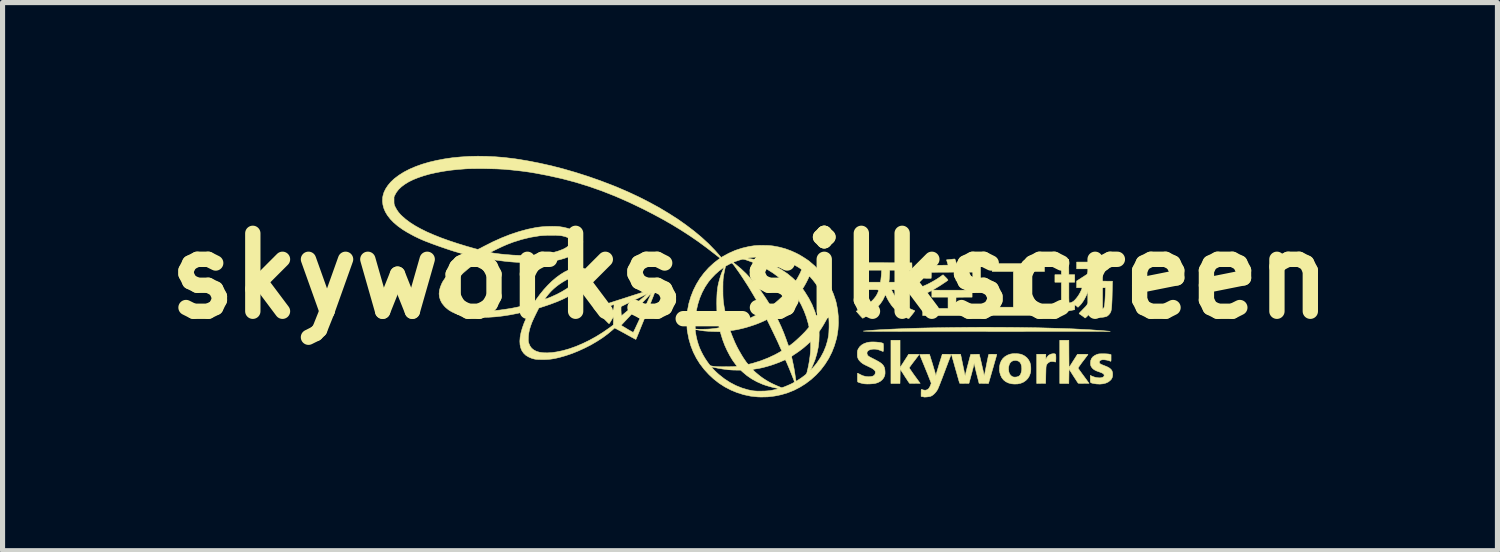
<source format=kicad_pcb>
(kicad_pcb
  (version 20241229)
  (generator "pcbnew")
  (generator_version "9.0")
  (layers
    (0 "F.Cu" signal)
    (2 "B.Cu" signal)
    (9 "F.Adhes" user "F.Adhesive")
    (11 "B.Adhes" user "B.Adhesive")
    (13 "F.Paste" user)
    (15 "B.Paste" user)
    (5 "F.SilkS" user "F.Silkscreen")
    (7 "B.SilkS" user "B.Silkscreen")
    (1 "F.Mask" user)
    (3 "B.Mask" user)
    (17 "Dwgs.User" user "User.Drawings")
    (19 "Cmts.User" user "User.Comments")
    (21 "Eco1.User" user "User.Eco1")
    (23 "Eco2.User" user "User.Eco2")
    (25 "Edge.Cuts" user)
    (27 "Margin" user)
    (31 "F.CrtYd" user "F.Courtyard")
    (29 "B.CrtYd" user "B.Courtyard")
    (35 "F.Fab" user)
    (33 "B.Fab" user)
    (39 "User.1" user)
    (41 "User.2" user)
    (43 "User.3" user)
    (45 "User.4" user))
  (footprint "skyworks_silkscreen"
    (layer "F.Cu")
    (at 11.619 2.348)
    (property "Reference" "skyworks_silkscreen" (at 0 0 0) (layer "F.SilkS") (effects (font (size 1.524 1.524) (thickness 0.3))))
    (attr through_hole)
    (fp_poly (pts (xy 5.759 -0.089) (xy 5.334 -0.089) (xy 5.334 0.61) (xy 5.817 0.61) (xy 5.817 0.768) (xy 4.674 0.768) (xy 4.674 0.61) (xy 5.15 0.61) (xy 5.15 -0.089) (xy 4.737 -0.089) (xy 4.737 -0.241) (xy 5.759 -0.241) (xy 5.759 -0.089)) (stroke (width 0.01) (type solid)) (fill yes) (layer "F.SilkS"))
    (fp_poly (pts (xy 4.196 0.014) (xy 4.254 0.042) (xy 4.309 0.07) (xy 4.361 0.096) (xy 4.407 0.12) (xy 4.448 0.142) (xy 4.481 0.16) (xy 4.506 0.175) (xy 4.522 0.185) (xy 4.528 0.191) (xy 4.525 0.199) (xy 4.517 0.214) (xy 4.506 0.235) (xy 4.494 0.257) (xy 4.481 0.28) (xy 4.47 0.299) (xy 4.462 0.312) (xy 4.458 0.317) (xy 4.451 0.314) (xy 4.436 0.305) (xy 4.414 0.292) (xy 4.386 0.276) (xy 4.362 0.263) (xy 4.326 0.242) (xy 4.283 0.218) (xy 4.235 0.193) (xy 4.188 0.168) (xy 4.148 0.147) (xy 4.112 0.129) (xy 4.081 0.112) (xy 4.055 0.098) (xy 4.036 0.088) (xy 4.027 0.081) (xy 4.026 0.08) (xy 4.029 0.073) (xy 4.039 0.058) (xy 4.053 0.038) (xy 4.064 0.022) (xy 4.102 -0.031) (xy 4.196 0.014)) (stroke (width 0.01) (type solid)) (fill yes) (layer "F.SilkS"))
    (fp_poly (pts (xy 5.951 1.52) (xy 5.969 1.525) (xy 5.978 1.534) (xy 5.98 1.546) (xy 5.981 1.565) (xy 5.982 1.59) (xy 5.982 1.616) (xy 5.981 1.642) (xy 5.979 1.664) (xy 5.978 1.678) (xy 5.975 1.683) (xy 5.966 1.681) (xy 5.949 1.677) (xy 5.942 1.675) (xy 5.902 1.671) (xy 5.866 1.678) (xy 5.834 1.696) (xy 5.808 1.724) (xy 5.8 1.738) (xy 5.796 1.747) (xy 5.793 1.758) (xy 5.791 1.772) (xy 5.789 1.791) (xy 5.788 1.817) (xy 5.787 1.852) (xy 5.786 1.896) (xy 5.785 1.93) (xy 5.782 2.099) (xy 5.694 2.1) (xy 5.607 2.102) (xy 5.607 1.53) (xy 5.785 1.53) (xy 5.785 1.58) (xy 5.785 1.629) (xy 5.804 1.595) (xy 5.819 1.574) (xy 5.836 1.555) (xy 5.847 1.547) (xy 5.872 1.533) (xy 5.9 1.524) (xy 5.927 1.52) (xy 5.951 1.52)) (stroke (width 0.01) (type solid)) (fill yes) (layer "F.SilkS"))
    (fp_poly (pts (xy 4.006 -0.33) (xy 4.01 -0.324) (xy 4.015 -0.312) (xy 4.022 -0.292) (xy 4.031 -0.262) (xy 4.033 -0.256) (xy 4.046 -0.21) (xy 4.508 -0.21) (xy 4.508 0.045) (xy 4.434 0.043) (xy 4.359 0.041) (xy 4.357 -0.018) (xy 4.356 -0.076) (xy 3.951 -0.075) (xy 3.546 -0.073) (xy 3.545 -0.014) (xy 3.543 0.044) (xy 3.471 0.044) (xy 3.442 0.044) (xy 3.418 0.043) (xy 3.402 0.042) (xy 3.396 0.041) (xy 3.394 0.033) (xy 3.393 0.016) (xy 3.392 -0.011) (xy 3.392 -0.044) (xy 3.391 -0.082) (xy 3.391 -0.086) (xy 3.39 -0.21) (xy 3.632 -0.21) (xy 3.686 -0.21) (xy 3.736 -0.21) (xy 3.78 -0.211) (xy 3.817 -0.211) (xy 3.846 -0.212) (xy 3.865 -0.213) (xy 3.873 -0.214) (xy 3.873 -0.214) (xy 3.872 -0.222) (xy 3.867 -0.239) (xy 3.86 -0.261) (xy 3.858 -0.268) (xy 3.843 -0.316) (xy 3.914 -0.324) (xy 3.944 -0.327) (xy 3.97 -0.33) (xy 3.988 -0.332) (xy 3.997 -0.332) (xy 4.002 -0.333) (xy 4.006 -0.33)) (stroke (width 0.01) (type solid)) (fill yes) (layer "F.SilkS"))
    (fp_poly (pts (xy 6.237 1.524) (xy 6.239 1.791) (xy 6.404 1.531) (xy 6.507 1.531) (xy 6.542 1.531) (xy 6.571 1.531) (xy 6.594 1.532) (xy 6.607 1.533) (xy 6.61 1.534) (xy 6.607 1.539) (xy 6.596 1.554) (xy 6.58 1.575) (xy 6.559 1.603) (xy 6.535 1.635) (xy 6.512 1.665) (xy 6.485 1.7) (xy 6.462 1.733) (xy 6.442 1.76) (xy 6.427 1.782) (xy 6.418 1.797) (xy 6.417 1.802) (xy 6.421 1.81) (xy 6.432 1.826) (xy 6.447 1.848) (xy 6.466 1.873) (xy 6.469 1.878) (xy 6.493 1.911) (xy 6.521 1.949) (xy 6.549 1.987) (xy 6.575 2.022) (xy 6.575 2.022) (xy 6.63 2.099) (xy 6.527 2.1) (xy 6.485 2.101) (xy 6.455 2.1) (xy 6.434 2.099) (xy 6.422 2.097) (xy 6.416 2.094) (xy 6.411 2.087) (xy 6.4 2.07) (xy 6.384 2.046) (xy 6.365 2.016) (xy 6.342 1.981) (xy 6.324 1.953) (xy 6.239 1.819) (xy 6.237 1.961) (xy 6.235 2.102) (xy 6.058 2.102) (xy 6.058 1.257) (xy 6.236 1.257) (xy 6.237 1.524)) (stroke (width 0.01) (type solid)) (fill yes) (layer "F.SilkS"))
    (fp_poly (pts (xy 2.934 1.794) (xy 2.974 1.73) (xy 2.996 1.697) (xy 3.02 1.659) (xy 3.044 1.622) (xy 3.059 1.599) (xy 3.102 1.531) (xy 3.206 1.531) (xy 3.245 1.531) (xy 3.274 1.531) (xy 3.292 1.533) (xy 3.302 1.534) (xy 3.305 1.537) (xy 3.304 1.538) (xy 3.299 1.545) (xy 3.288 1.561) (xy 3.271 1.584) (xy 3.249 1.612) (xy 3.225 1.645) (xy 3.208 1.666) (xy 3.182 1.7) (xy 3.159 1.731) (xy 3.139 1.758) (xy 3.125 1.778) (xy 3.116 1.79) (xy 3.114 1.793) (xy 3.117 1.801) (xy 3.127 1.819) (xy 3.146 1.846) (xy 3.171 1.883) (xy 3.204 1.93) (xy 3.245 1.986) (xy 3.288 2.045) (xy 3.328 2.099) (xy 3.228 2.1) (xy 3.193 2.101) (xy 3.163 2.101) (xy 3.139 2.101) (xy 3.125 2.1) (xy 3.121 2.1) (xy 3.116 2.094) (xy 3.105 2.079) (xy 3.089 2.056) (xy 3.07 2.026) (xy 3.047 1.992) (xy 3.026 1.959) (xy 2.937 1.821) (xy 2.933 2.102) (xy 2.756 2.102) (xy 2.756 1.257) (xy 2.934 1.257) (xy 2.934 1.794)) (stroke (width 0.01) (type solid)) (fill yes) (layer "F.SilkS"))
    (fp_poly (pts (xy 5.216 1.519) (xy 5.259 1.523) (xy 5.297 1.53) (xy 5.316 1.536) (xy 5.369 1.563) (xy 5.414 1.598) (xy 5.449 1.642) (xy 5.475 1.692) (xy 5.475 1.693) (xy 5.485 1.731) (xy 5.491 1.776) (xy 5.492 1.823) (xy 5.489 1.868) (xy 5.483 1.899) (xy 5.463 1.955) (xy 5.433 2.004) (xy 5.394 2.044) (xy 5.347 2.076) (xy 5.294 2.098) (xy 5.234 2.111) (xy 5.169 2.113) (xy 5.114 2.108) (xy 5.054 2.092) (xy 5.002 2.067) (xy 4.958 2.032) (xy 4.924 1.989) (xy 4.899 1.937) (xy 4.883 1.879) (xy 4.879 1.842) (xy 5.056 1.842) (xy 5.065 1.885) (xy 5.081 1.922) (xy 5.105 1.95) (xy 5.135 1.97) (xy 5.151 1.975) (xy 5.18 1.978) (xy 5.214 1.975) (xy 5.245 1.966) (xy 5.25 1.964) (xy 5.268 1.952) (xy 5.282 1.938) (xy 5.283 1.938) (xy 5.295 1.913) (xy 5.306 1.88) (xy 5.313 1.845) (xy 5.315 1.815) (xy 5.311 1.763) (xy 5.299 1.721) (xy 5.28 1.688) (xy 5.252 1.666) (xy 5.217 1.654) (xy 5.188 1.651) (xy 5.148 1.656) (xy 5.114 1.672) (xy 5.088 1.698) (xy 5.069 1.734) (xy 5.058 1.78) (xy 5.057 1.793) (xy 5.056 1.842) (xy 4.879 1.842) (xy 4.879 1.838) (xy 4.88 1.772) (xy 4.892 1.712) (xy 4.914 1.659) (xy 4.946 1.613) (xy 4.988 1.575) (xy 5.039 1.546) (xy 5.093 1.527) (xy 5.129 1.521) (xy 5.171 1.518) (xy 5.216 1.519)) (stroke (width 0.01) (type solid)) (fill yes) (layer "F.SilkS"))
    (fp_poly (pts (xy 3.825 0.025) (xy 3.846 0.046) (xy 3.861 0.064) (xy 3.87 0.077) (xy 3.871 0.082) (xy 3.864 0.088) (xy 3.848 0.1) (xy 3.825 0.116) (xy 3.796 0.135) (xy 3.765 0.156) (xy 3.732 0.178) (xy 3.699 0.199) (xy 3.669 0.217) (xy 3.642 0.233) (xy 3.64 0.235) (xy 3.615 0.249) (xy 3.595 0.261) (xy 3.582 0.27) (xy 3.578 0.274) (xy 3.583 0.275) (xy 3.6 0.276) (xy 3.628 0.276) (xy 3.665 0.277) (xy 3.711 0.277) (xy 3.764 0.278) (xy 3.823 0.278) (xy 3.887 0.278) (xy 3.955 0.278) (xy 3.959 0.278) (xy 4.343 0.276) (xy 4.343 0.344) (xy 4.343 0.413) (xy 4.186 0.414) (xy 4.029 0.416) (xy 4.027 0.525) (xy 4.026 0.635) (xy 4.521 0.635) (xy 4.521 0.775) (xy 3.378 0.775) (xy 3.378 0.635) (xy 3.873 0.635) (xy 3.873 0.413) (xy 3.556 0.413) (xy 3.556 0.349) (xy 3.556 0.323) (xy 3.555 0.301) (xy 3.554 0.288) (xy 3.553 0.286) (xy 3.546 0.288) (xy 3.531 0.296) (xy 3.509 0.306) (xy 3.498 0.312) (xy 3.475 0.323) (xy 3.457 0.331) (xy 3.447 0.335) (xy 3.445 0.335) (xy 3.44 0.328) (xy 3.43 0.313) (xy 3.419 0.292) (xy 3.406 0.269) (xy 3.393 0.247) (xy 3.382 0.227) (xy 3.375 0.213) (xy 3.373 0.207) (xy 3.373 0.207) (xy 3.379 0.204) (xy 3.395 0.196) (xy 3.417 0.186) (xy 3.435 0.178) (xy 3.489 0.153) (xy 3.547 0.122) (xy 3.606 0.089) (xy 3.661 0.056) (xy 3.708 0.024) (xy 3.715 0.019) (xy 3.775 -0.024) (xy 3.825 0.025)) (stroke (width 0.01) (type solid)) (fill yes) (layer "F.SilkS"))
    (fp_poly (pts (xy 6.95 1.522) (xy 6.988 1.524) (xy 7.017 1.527) (xy 7.028 1.529) (xy 7.061 1.538) (xy 7.061 1.605) (xy 7.061 1.634) (xy 7.06 1.653) (xy 7.059 1.664) (xy 7.056 1.668) (xy 7.051 1.667) (xy 7.05 1.667) (xy 7.009 1.652) (xy 6.967 1.643) (xy 6.927 1.638) (xy 6.892 1.638) (xy 6.865 1.644) (xy 6.861 1.645) (xy 6.841 1.66) (xy 6.832 1.678) (xy 6.834 1.699) (xy 6.836 1.702) (xy 6.841 1.71) (xy 6.849 1.717) (xy 6.862 1.725) (xy 6.881 1.734) (xy 6.908 1.745) (xy 6.944 1.759) (xy 6.994 1.78) (xy 7.032 1.802) (xy 7.06 1.827) (xy 7.079 1.854) (xy 7.089 1.887) (xy 7.092 1.909) (xy 7.091 1.952) (xy 7.083 1.987) (xy 7.067 2.018) (xy 7.045 2.042) (xy 7.007 2.072) (xy 6.96 2.094) (xy 6.905 2.108) (xy 6.843 2.114) (xy 6.777 2.111) (xy 6.737 2.105) (xy 6.704 2.099) (xy 6.681 2.093) (xy 6.666 2.086) (xy 6.659 2.076) (xy 6.655 2.059) (xy 6.655 2.035) (xy 6.655 2.013) (xy 6.655 1.944) (xy 6.688 1.959) (xy 6.73 1.975) (xy 6.772 1.986) (xy 6.812 1.991) (xy 6.849 1.992) (xy 6.881 1.987) (xy 6.905 1.977) (xy 6.921 1.963) (xy 6.925 1.953) (xy 6.926 1.936) (xy 6.919 1.921) (xy 6.903 1.907) (xy 6.876 1.893) (xy 6.839 1.879) (xy 6.823 1.873) (xy 6.778 1.857) (xy 6.743 1.84) (xy 6.715 1.821) (xy 6.697 1.804) (xy 6.679 1.781) (xy 6.667 1.76) (xy 6.661 1.736) (xy 6.659 1.705) (xy 6.659 1.698) (xy 6.664 1.653) (xy 6.679 1.614) (xy 6.705 1.581) (xy 6.743 1.554) (xy 6.78 1.536) (xy 6.797 1.53) (xy 6.813 1.526) (xy 6.832 1.523) (xy 6.857 1.522) (xy 6.89 1.521) (xy 6.906 1.521) (xy 6.95 1.522)) (stroke (width 0.01) (type solid)) (fill yes) (layer "F.SilkS"))
    (fp_poly (pts (xy 4.888 1.004) (xy 5.08 1.005) (xy 5.27 1.007) (xy 5.457 1.01) (xy 5.641 1.013) (xy 5.819 1.018) (xy 5.991 1.023) (xy 6.157 1.028) (xy 6.316 1.034) (xy 6.466 1.042) (xy 6.607 1.049) (xy 6.683 1.054) (xy 6.737 1.058) (xy 6.79 1.062) (xy 6.843 1.065) (xy 6.892 1.069) (xy 6.937 1.073) (xy 6.977 1.076) (xy 7.009 1.079) (xy 7.032 1.081) (xy 7.044 1.082) (xy 7.045 1.082) (xy 7.04 1.083) (xy 7.021 1.083) (xy 6.991 1.083) (xy 6.95 1.083) (xy 6.898 1.083) (xy 6.835 1.083) (xy 6.762 1.084) (xy 6.679 1.084) (xy 6.587 1.084) (xy 6.487 1.084) (xy 6.378 1.084) (xy 6.26 1.084) (xy 6.136 1.084) (xy 6.004 1.084) (xy 5.866 1.084) (xy 5.721 1.084) (xy 5.571 1.084) (xy 5.415 1.084) (xy 5.254 1.085) (xy 5.089 1.085) (xy 4.919 1.085) (xy 4.746 1.085) (xy 4.594 1.084) (xy 4.382 1.084) (xy 4.181 1.084) (xy 3.993 1.084) (xy 3.816 1.084) (xy 3.651 1.084) (xy 3.497 1.084) (xy 3.354 1.084) (xy 3.22 1.084) (xy 3.097 1.084) (xy 2.984 1.084) (xy 2.88 1.083) (xy 2.785 1.083) (xy 2.699 1.083) (xy 2.621 1.083) (xy 2.551 1.082) (xy 2.489 1.082) (xy 2.434 1.082) (xy 2.386 1.082) (xy 2.345 1.081) (xy 2.31 1.081) (xy 2.282 1.08) (xy 2.259 1.08) (xy 2.241 1.079) (xy 2.228 1.079) (xy 2.22 1.078) (xy 2.217 1.078) (xy 2.217 1.077) (xy 2.221 1.076) (xy 2.226 1.076) (xy 2.334 1.066) (xy 2.454 1.057) (xy 2.586 1.049) (xy 2.727 1.042) (xy 2.877 1.035) (xy 3.036 1.029) (xy 3.202 1.023) (xy 3.375 1.018) (xy 3.554 1.014) (xy 3.737 1.011) (xy 3.924 1.008) (xy 4.114 1.006) (xy 4.307 1.004) (xy 4.5 1.003) (xy 4.694 1.003) (xy 4.888 1.004)) (stroke (width 0.01) (type solid)) (fill yes) (layer "F.SilkS"))
    (fp_poly (pts (xy 3.88 1.531) (xy 3.906 1.532) (xy 3.924 1.534) (xy 3.931 1.536) (xy 3.931 1.536) (xy 3.928 1.545) (xy 3.923 1.562) (xy 3.918 1.576) (xy 3.913 1.588) (xy 3.904 1.612) (xy 3.892 1.644) (xy 3.876 1.684) (xy 3.859 1.731) (xy 3.839 1.783) (xy 3.818 1.839) (xy 3.799 1.889) (xy 3.777 1.947) (xy 3.756 2.003) (xy 3.735 2.056) (xy 3.717 2.103) (xy 3.701 2.144) (xy 3.687 2.177) (xy 3.677 2.201) (xy 3.672 2.213) (xy 3.651 2.248) (xy 3.624 2.282) (xy 3.594 2.313) (xy 3.563 2.337) (xy 3.535 2.352) (xy 3.534 2.352) (xy 3.515 2.357) (xy 3.489 2.361) (xy 3.462 2.365) (xy 3.435 2.367) (xy 3.413 2.368) (xy 3.401 2.366) (xy 3.4 2.366) (xy 3.39 2.363) (xy 3.374 2.36) (xy 3.37 2.359) (xy 3.346 2.355) (xy 3.346 2.285) (xy 3.347 2.254) (xy 3.347 2.235) (xy 3.349 2.223) (xy 3.352 2.219) (xy 3.356 2.219) (xy 3.358 2.219) (xy 3.389 2.229) (xy 3.418 2.234) (xy 3.437 2.233) (xy 3.465 2.224) (xy 3.488 2.209) (xy 3.507 2.184) (xy 3.522 2.156) (xy 3.532 2.133) (xy 3.539 2.112) (xy 3.543 2.099) (xy 3.543 2.098) (xy 3.541 2.089) (xy 3.534 2.071) (xy 3.523 2.043) (xy 3.509 2.007) (xy 3.492 1.964) (xy 3.473 1.915) (xy 3.451 1.862) (xy 3.43 1.81) (xy 3.317 1.534) (xy 3.412 1.532) (xy 3.445 1.531) (xy 3.474 1.531) (xy 3.495 1.532) (xy 3.508 1.532) (xy 3.51 1.533) (xy 3.512 1.539) (xy 3.518 1.557) (xy 3.526 1.582) (xy 3.536 1.615) (xy 3.548 1.653) (xy 3.561 1.694) (xy 3.574 1.737) (xy 3.586 1.779) (xy 3.598 1.819) (xy 3.609 1.856) (xy 3.618 1.887) (xy 3.624 1.91) (xy 3.628 1.925) (xy 3.629 1.927) (xy 3.633 1.953) (xy 3.648 1.899) (xy 3.654 1.878) (xy 3.662 1.848) (xy 3.674 1.81) (xy 3.687 1.766) (xy 3.701 1.719) (xy 3.716 1.671) (xy 3.731 1.624) (xy 3.744 1.58) (xy 3.754 1.551) (xy 3.76 1.53) (xy 3.845 1.53) (xy 3.88 1.531)) (stroke (width 0.01) (type solid)) (fill yes) (layer "F.SilkS"))
    (fp_poly (pts (xy 4.489 1.554) (xy 4.495 1.578) (xy 4.503 1.61) (xy 4.512 1.648) (xy 4.522 1.69) (xy 4.532 1.735) (xy 4.542 1.779) (xy 4.552 1.822) (xy 4.561 1.86) (xy 4.568 1.893) (xy 4.573 1.918) (xy 4.576 1.932) (xy 4.576 1.934) (xy 4.578 1.941) (xy 4.579 1.944) (xy 4.581 1.942) (xy 4.584 1.933) (xy 4.589 1.917) (xy 4.594 1.892) (xy 4.601 1.858) (xy 4.61 1.813) (xy 4.62 1.762) (xy 4.63 1.712) (xy 4.639 1.666) (xy 4.648 1.625) (xy 4.655 1.591) (xy 4.66 1.565) (xy 4.663 1.549) (xy 4.664 1.545) (xy 4.666 1.539) (xy 4.67 1.535) (xy 4.678 1.532) (xy 4.693 1.531) (xy 4.716 1.53) (xy 4.747 1.53) (xy 4.777 1.531) (xy 4.802 1.532) (xy 4.819 1.533) (xy 4.826 1.535) (xy 4.826 1.535) (xy 4.824 1.542) (xy 4.819 1.56) (xy 4.812 1.587) (xy 4.802 1.624) (xy 4.789 1.667) (xy 4.775 1.716) (xy 4.76 1.771) (xy 4.745 1.821) (xy 4.664 2.102) (xy 4.48 2.099) (xy 4.434 1.918) (xy 4.422 1.871) (xy 4.412 1.827) (xy 4.402 1.787) (xy 4.395 1.755) (xy 4.39 1.73) (xy 4.388 1.716) (xy 4.388 1.714) (xy 4.386 1.707) (xy 4.384 1.712) (xy 4.379 1.728) (xy 4.375 1.746) (xy 4.37 1.768) (xy 4.362 1.8) (xy 4.352 1.838) (xy 4.341 1.882) (xy 4.329 1.927) (xy 4.323 1.949) (xy 4.282 2.099) (xy 4.193 2.1) (xy 4.16 2.101) (xy 4.133 2.1) (xy 4.112 2.099) (xy 4.101 2.098) (xy 4.1 2.097) (xy 4.098 2.09) (xy 4.092 2.072) (xy 4.084 2.045) (xy 4.074 2.01) (xy 4.062 1.968) (xy 4.049 1.921) (xy 4.035 1.873) (xy 4.02 1.82) (xy 4.005 1.767) (xy 3.991 1.717) (xy 3.979 1.673) (xy 3.968 1.635) (xy 3.96 1.607) (xy 3.956 1.592) (xy 3.939 1.53) (xy 4.118 1.53) (xy 4.137 1.618) (xy 4.144 1.653) (xy 4.153 1.696) (xy 4.163 1.745) (xy 4.173 1.794) (xy 4.182 1.834) (xy 4.19 1.877) (xy 4.197 1.908) (xy 4.202 1.93) (xy 4.206 1.942) (xy 4.208 1.947) (xy 4.21 1.945) (xy 4.212 1.937) (xy 4.213 1.933) (xy 4.215 1.919) (xy 4.221 1.894) (xy 4.229 1.861) (xy 4.239 1.822) (xy 4.25 1.777) (xy 4.263 1.73) (xy 4.266 1.718) (xy 4.315 1.534) (xy 4.483 1.53) (xy 4.489 1.554)) (stroke (width 0.01) (type solid)) (fill yes) (layer "F.SilkS"))
    (fp_poly (pts (xy 2.465 1.292) (xy 2.508 1.296) (xy 2.546 1.301) (xy 2.578 1.308) (xy 2.6 1.316) (xy 2.603 1.317) (xy 2.606 1.325) (xy 2.608 1.342) (xy 2.61 1.365) (xy 2.61 1.391) (xy 2.61 1.418) (xy 2.609 1.443) (xy 2.607 1.463) (xy 2.604 1.475) (xy 2.602 1.477) (xy 2.552 1.457) (xy 2.51 1.442) (xy 2.472 1.433) (xy 2.437 1.43) (xy 2.402 1.431) (xy 2.399 1.431) (xy 2.358 1.438) (xy 2.325 1.451) (xy 2.302 1.469) (xy 2.289 1.491) (xy 2.287 1.516) (xy 2.296 1.543) (xy 2.3 1.55) (xy 2.308 1.559) (xy 2.319 1.569) (xy 2.336 1.58) (xy 2.36 1.593) (xy 2.393 1.61) (xy 2.425 1.626) (xy 2.482 1.656) (xy 2.529 1.683) (xy 2.566 1.708) (xy 2.594 1.734) (xy 2.614 1.761) (xy 2.628 1.79) (xy 2.636 1.822) (xy 2.64 1.86) (xy 2.64 1.861) (xy 2.641 1.903) (xy 2.636 1.937) (xy 2.633 1.95) (xy 2.614 1.992) (xy 2.585 2.029) (xy 2.546 2.061) (xy 2.499 2.085) (xy 2.461 2.097) (xy 2.428 2.104) (xy 2.386 2.108) (xy 2.341 2.111) (xy 2.295 2.112) (xy 2.255 2.11) (xy 2.232 2.108) (xy 2.206 2.103) (xy 2.177 2.096) (xy 2.15 2.089) (xy 2.127 2.081) (xy 2.111 2.074) (xy 2.105 2.07) (xy 2.104 2.062) (xy 2.102 2.044) (xy 2.101 2.02) (xy 2.101 1.992) (xy 2.101 1.963) (xy 2.101 1.937) (xy 2.101 1.916) (xy 2.102 1.904) (xy 2.103 1.902) (xy 2.11 1.903) (xy 2.124 1.91) (xy 2.143 1.92) (xy 2.144 1.921) (xy 2.201 1.949) (xy 2.261 1.965) (xy 2.318 1.97) (xy 2.366 1.967) (xy 2.403 1.958) (xy 2.429 1.942) (xy 2.445 1.919) (xy 2.451 1.89) (xy 2.451 1.887) (xy 2.45 1.869) (xy 2.444 1.855) (xy 2.432 1.841) (xy 2.426 1.835) (xy 2.406 1.819) (xy 2.381 1.803) (xy 2.361 1.792) (xy 2.337 1.781) (xy 2.307 1.766) (xy 2.275 1.751) (xy 2.26 1.744) (xy 2.206 1.715) (xy 2.164 1.682) (xy 2.132 1.647) (xy 2.116 1.621) (xy 2.108 1.601) (xy 2.102 1.584) (xy 2.1 1.565) (xy 2.099 1.539) (xy 2.099 1.524) (xy 2.099 1.494) (xy 2.101 1.472) (xy 2.105 1.454) (xy 2.112 1.437) (xy 2.116 1.427) (xy 2.144 1.385) (xy 2.182 1.35) (xy 2.23 1.322) (xy 2.288 1.302) (xy 2.306 1.298) (xy 2.339 1.293) (xy 2.378 1.29) (xy 2.421 1.29) (xy 2.465 1.292)) (stroke (width 0.01) (type solid)) (fill yes) (layer "F.SilkS"))
    (fp_poly (pts (xy 2.659 -0.259) (xy 3.165 -0.257) (xy 3.168 -0.201) (xy 3.168 -0.173) (xy 3.168 -0.149) (xy 3.166 -0.133) (xy 3.166 -0.129) (xy 3.162 -0.114) (xy 2.732 -0.114) (xy 2.728 -0.03) (xy 2.726 0.005) (xy 2.724 0.038) (xy 2.722 0.067) (xy 2.72 0.087) (xy 2.72 0.087) (xy 2.716 0.121) (xy 3.226 0.121) (xy 3.226 0.267) (xy 2.997 0.267) (xy 2.945 0.267) (xy 2.897 0.267) (xy 2.854 0.268) (xy 2.818 0.269) (xy 2.791 0.269) (xy 2.774 0.27) (xy 2.769 0.271) (xy 2.772 0.28) (xy 2.78 0.298) (xy 2.791 0.32) (xy 2.805 0.345) (xy 2.819 0.37) (xy 2.832 0.392) (xy 2.837 0.399) (xy 2.862 0.433) (xy 2.894 0.47) (xy 2.93 0.507) (xy 2.966 0.54) (xy 2.99 0.559) (xy 3.029 0.585) (xy 3.074 0.612) (xy 3.122 0.637) (xy 3.167 0.657) (xy 3.178 0.661) (xy 3.199 0.669) (xy 3.215 0.676) (xy 3.222 0.68) (xy 3.22 0.686) (xy 3.211 0.7) (xy 3.197 0.72) (xy 3.179 0.742) (xy 3.179 0.743) (xy 3.159 0.767) (xy 3.141 0.789) (xy 3.127 0.807) (xy 3.12 0.816) (xy 3.11 0.828) (xy 3.1 0.832) (xy 3.09 0.829) (xy 3.072 0.821) (xy 3.049 0.81) (xy 3.035 0.803) (xy 2.952 0.751) (xy 2.874 0.689) (xy 2.804 0.618) (xy 2.77 0.577) (xy 2.749 0.547) (xy 2.725 0.511) (xy 2.702 0.473) (xy 2.682 0.436) (xy 2.668 0.406) (xy 2.666 0.402) (xy 2.658 0.384) (xy 2.651 0.371) (xy 2.648 0.368) (xy 2.644 0.374) (xy 2.637 0.387) (xy 2.632 0.398) (xy 2.597 0.471) (xy 2.549 0.542) (xy 2.49 0.611) (xy 2.421 0.677) (xy 2.343 0.739) (xy 2.266 0.791) (xy 2.242 0.805) (xy 2.222 0.817) (xy 2.209 0.824) (xy 2.204 0.826) (xy 2.198 0.821) (xy 2.186 0.809) (xy 2.168 0.79) (xy 2.147 0.767) (xy 2.138 0.757) (xy 2.078 0.688) (xy 2.145 0.654) (xy 2.225 0.61) (xy 2.297 0.561) (xy 2.361 0.51) (xy 2.415 0.456) (xy 2.459 0.401) (xy 2.491 0.346) (xy 2.501 0.321) (xy 2.507 0.306) (xy 2.511 0.295) (xy 2.513 0.286) (xy 2.512 0.279) (xy 2.506 0.274) (xy 2.494 0.27) (xy 2.475 0.268) (xy 2.448 0.267) (xy 2.412 0.267) (xy 2.365 0.267) (xy 2.307 0.267) (xy 2.299 0.267) (xy 2.083 0.267) (xy 2.083 0.121) (xy 2.552 0.121) (xy 2.555 0.097) (xy 2.559 0.073) (xy 2.562 0.041) (xy 2.566 0.006) (xy 2.569 -0.029) (xy 2.571 -0.06) (xy 2.572 -0.083) (xy 2.572 -0.084) (xy 2.572 -0.114) (xy 2.153 -0.114) (xy 2.153 -0.26) (xy 2.659 -0.259)) (stroke (width 0.01) (type solid)) (fill yes) (layer "F.SilkS"))
    (fp_poly (pts (xy 6.234 -0.176) (xy 6.236 -0.025) (xy 6.35 -0.025) (xy 6.35 0.121) (xy 6.236 0.121) (xy 6.236 0.324) (xy 6.236 0.383) (xy 6.236 0.43) (xy 6.237 0.466) (xy 6.238 0.493) (xy 6.239 0.511) (xy 6.241 0.522) (xy 6.243 0.527) (xy 6.244 0.527) (xy 6.275 0.521) (xy 6.308 0.506) (xy 6.329 0.492) (xy 6.361 0.461) (xy 6.393 0.423) (xy 6.425 0.379) (xy 6.451 0.334) (xy 6.462 0.314) (xy 6.477 0.281) (xy 6.488 0.258) (xy 6.492 0.242) (xy 6.491 0.234) (xy 6.483 0.23) (xy 6.468 0.229) (xy 6.446 0.229) (xy 6.443 0.229) (xy 6.388 0.229) (xy 6.388 0.164) (xy 6.388 0.098) (xy 6.758 -0.14) (xy 6.573 -0.14) (xy 6.388 -0.14) (xy 6.388 -0.273) (xy 6.689 -0.273) (xy 6.75 -0.273) (xy 6.807 -0.273) (xy 6.86 -0.272) (xy 6.905 -0.272) (xy 6.944 -0.271) (xy 6.973 -0.271) (xy 6.993 -0.27) (xy 7 -0.269) (xy 7.005 -0.265) (xy 7.008 -0.256) (xy 7.01 -0.24) (xy 7.01 -0.213) (xy 7.01 -0.204) (xy 7.009 -0.143) (xy 6.647 0.098) (xy 6.868 0.1) (xy 7.089 0.102) (xy 7.084 0.297) (xy 7.082 0.385) (xy 7.08 0.461) (xy 7.077 0.526) (xy 7.074 0.579) (xy 7.07 0.623) (xy 7.066 0.657) (xy 7.061 0.681) (xy 7.058 0.693) (xy 7.042 0.726) (xy 7.018 0.757) (xy 6.99 0.781) (xy 6.978 0.788) (xy 6.959 0.795) (xy 6.933 0.801) (xy 6.903 0.806) (xy 6.87 0.81) (xy 6.837 0.812) (xy 6.806 0.813) (xy 6.781 0.813) (xy 6.762 0.81) (xy 6.754 0.805) (xy 6.754 0.805) (xy 6.752 0.796) (xy 6.748 0.777) (xy 6.743 0.751) (xy 6.739 0.729) (xy 6.727 0.66) (xy 6.796 0.66) (xy 6.837 0.659) (xy 6.868 0.656) (xy 6.89 0.648) (xy 6.907 0.637) (xy 6.92 0.621) (xy 6.921 0.62) (xy 6.926 0.609) (xy 6.93 0.592) (xy 6.934 0.569) (xy 6.938 0.538) (xy 6.941 0.499) (xy 6.944 0.45) (xy 6.947 0.39) (xy 6.95 0.325) (xy 6.954 0.229) (xy 6.916 0.229) (xy 6.894 0.229) (xy 6.882 0.231) (xy 6.876 0.236) (xy 6.874 0.243) (xy 6.851 0.341) (xy 6.823 0.429) (xy 6.791 0.508) (xy 6.754 0.582) (xy 6.716 0.643) (xy 6.699 0.667) (xy 6.679 0.693) (xy 6.656 0.721) (xy 6.632 0.748) (xy 6.608 0.773) (xy 6.587 0.794) (xy 6.57 0.81) (xy 6.557 0.82) (xy 6.551 0.821) (xy 6.551 0.821) (xy 6.544 0.814) (xy 6.529 0.802) (xy 6.509 0.787) (xy 6.494 0.777) (xy 6.472 0.761) (xy 6.453 0.748) (xy 6.44 0.739) (xy 6.436 0.736) (xy 6.439 0.73) (xy 6.449 0.717) (xy 6.465 0.699) (xy 6.487 0.678) (xy 6.495 0.669) (xy 6.562 0.6) (xy 6.618 0.529) (xy 6.663 0.457) (xy 6.666 0.452) (xy 6.68 0.423) (xy 6.696 0.386) (xy 6.711 0.345) (xy 6.725 0.305) (xy 6.735 0.27) (xy 6.74 0.249) (xy 6.745 0.229) (xy 6.633 0.229) (xy 6.618 0.278) (xy 6.598 0.334) (xy 6.572 0.392) (xy 6.542 0.45) (xy 6.509 0.503) (xy 6.475 0.549) (xy 6.446 0.58) (xy 6.414 0.612) (xy 6.386 0.588) (xy 6.37 0.576) (xy 6.358 0.567) (xy 6.354 0.565) (xy 6.352 0.571) (xy 6.351 0.586) (xy 6.35 0.608) (xy 6.35 0.612) (xy 6.35 0.659) (xy 6.294 0.67) (xy 6.27 0.674) (xy 6.237 0.681) (xy 6.197 0.69) (xy 6.155 0.699) (xy 6.112 0.709) (xy 6.063 0.719) (xy 6.026 0.726) (xy 6 0.73) (xy 5.986 0.731) (xy 5.981 0.73) (xy 5.978 0.72) (xy 5.974 0.701) (xy 5.969 0.676) (xy 5.964 0.649) (xy 5.961 0.624) (xy 5.958 0.603) (xy 5.958 0.59) (xy 5.958 0.588) (xy 5.966 0.583) (xy 5.984 0.577) (xy 6.01 0.572) (xy 6.011 0.572) (xy 6.037 0.568) (xy 6.059 0.564) (xy 6.074 0.561) (xy 6.075 0.561) (xy 6.09 0.557) (xy 6.09 0.121) (xy 5.963 0.121) (xy 5.963 -0.025) (xy 6.089 -0.025) (xy 6.091 -0.176) (xy 6.093 -0.327) (xy 6.233 -0.327) (xy 6.234 -0.176)) (stroke (width 0.01) (type solid)) (fill yes) (layer "F.SilkS"))
    (fp_poly (pts (xy -5.148 -2.34) (xy -4.97 -2.331) (xy -4.809 -2.318) (xy -4.588 -2.291) (xy -4.36 -2.254) (xy -4.127 -2.209) (xy -3.889 -2.156) (xy -3.649 -2.094) (xy -3.407 -2.024) (xy -3.166 -1.947) (xy -2.926 -1.863) (xy -2.688 -1.772) (xy -2.603 -1.738) (xy -2.385 -1.644) (xy -2.175 -1.546) (xy -1.973 -1.443) (xy -1.778 -1.337) (xy -1.593 -1.226) (xy -1.416 -1.113) (xy -1.25 -0.996) (xy -1.093 -0.877) (xy -0.948 -0.756) (xy -0.813 -0.632) (xy -0.691 -0.507) (xy -0.617 -0.424) (xy -0.564 -0.362) (xy -0.538 -0.378) (xy -0.415 -0.445) (xy -0.289 -0.501) (xy -0.158 -0.544) (xy -0.023 -0.576) (xy 0.073 -0.591) (xy 0.115 -0.595) (xy 0.166 -0.598) (xy 0.223 -0.599) (xy 0.282 -0.598) (xy 0.339 -0.597) (xy 0.392 -0.594) (xy 0.436 -0.589) (xy 0.448 -0.588) (xy 0.571 -0.565) (xy 0.687 -0.534) (xy 0.799 -0.493) (xy 0.886 -0.454) (xy 0.954 -0.42) (xy 1.022 -0.38) (xy 1.088 -0.338) (xy 1.148 -0.297) (xy 1.165 -0.283) (xy 1.265 -0.197) (xy 1.357 -0.101) (xy 1.44 0.003) (xy 1.514 0.114) (xy 1.579 0.232) (xy 1.632 0.354) (xy 1.675 0.481) (xy 1.689 0.537) (xy 1.713 0.661) (xy 1.726 0.789) (xy 1.729 0.919) (xy 1.721 1.047) (xy 1.702 1.172) (xy 1.689 1.231) (xy 1.65 1.364) (xy 1.6 1.491) (xy 1.539 1.612) (xy 1.467 1.726) (xy 1.386 1.833) (xy 1.294 1.933) (xy 1.194 2.024) (xy 1.084 2.107) (xy 0.975 2.175) (xy 0.859 2.235) (xy 0.736 2.284) (xy 0.609 2.322) (xy 0.479 2.348) (xy 0.346 2.364) (xy 0.213 2.367) (xy 0.143 2.364) (xy 0.008 2.349) (xy -0.123 2.321) (xy -0.251 2.281) (xy -0.375 2.23) (xy -0.494 2.168) (xy -0.607 2.095) (xy -0.714 2.011) (xy -0.803 1.928) (xy -0.897 1.826) (xy -0.932 1.779) (xy -0.75 1.779) (xy -0.749 1.785) (xy -0.74 1.797) (xy -0.725 1.815) (xy -0.704 1.837) (xy -0.679 1.862) (xy -0.652 1.888) (xy -0.623 1.914) (xy -0.606 1.929) (xy -0.501 2.012) (xy -0.391 2.083) (xy -0.277 2.143) (xy -0.16 2.19) (xy -0.04 2.226) (xy 0.054 2.245) (xy 0.088 2.248) (xy 0.131 2.251) (xy 0.181 2.252) (xy 0.233 2.251) (xy 0.286 2.25) (xy 0.335 2.247) (xy 0.378 2.243) (xy 0.406 2.239) (xy 0.447 2.231) (xy 0.484 2.223) (xy 0.514 2.216) (xy 0.537 2.21) (xy 0.55 2.205) (xy 0.552 2.203) (xy 0.547 2.2) (xy 0.532 2.196) (xy 0.51 2.192) (xy 0.51 2.192) (xy 0.473 2.184) (xy 0.428 2.174) (xy 0.379 2.16) (xy 0.33 2.146) (xy 0.284 2.131) (xy 0.246 2.117) (xy 0.245 2.117) (xy 0.134 2.068) (xy 0.033 2.012) (xy -0.06 1.948) (xy -0.141 1.88) (xy -0.184 1.841) (xy -0.259 1.841) (xy -0.346 1.839) (xy -0.441 1.831) (xy -0.456 1.829) (xy 0.054 1.829) (xy 0.057 1.835) (xy 0.069 1.848) (xy 0.087 1.866) (xy 0.111 1.887) (xy 0.138 1.91) (xy 0.167 1.934) (xy 0.197 1.958) (xy 0.225 1.979) (xy 0.25 1.997) (xy 0.283 2.019) (xy 0.321 2.043) (xy 0.357 2.064) (xy 0.378 2.076) (xy 0.402 2.089) (xy 0.432 2.104) (xy 0.466 2.12) (xy 0.501 2.136) (xy 0.535 2.151) (xy 0.567 2.164) (xy 0.593 2.175) (xy 0.612 2.182) (xy 0.621 2.184) (xy 0.63 2.182) (xy 0.648 2.176) (xy 0.672 2.168) (xy 0.684 2.163) (xy 0.718 2.149) (xy 0.753 2.134) (xy 0.787 2.119) (xy 0.818 2.104) (xy 0.842 2.092) (xy 0.858 2.083) (xy 0.86 2.081) (xy 0.864 2.077) (xy 0.866 2.072) (xy 0.866 2.064) (xy 0.862 2.05) (xy 0.855 2.029) (xy 0.843 1.999) (xy 0.838 1.987) (xy 0.813 1.923) (xy 0.789 1.864) (xy 0.767 1.809) (xy 0.746 1.76) (xy 0.728 1.718) (xy 0.713 1.683) (xy 0.701 1.658) (xy 0.693 1.643) (xy 0.69 1.638) (xy 0.681 1.641) (xy 0.664 1.648) (xy 0.648 1.655) (xy 0.574 1.687) (xy 0.494 1.717) (xy 0.41 1.746) (xy 0.325 1.771) (xy 0.242 1.793) (xy 0.164 1.809) (xy 0.094 1.82) (xy 0.093 1.82) (xy 0.073 1.823) (xy 0.059 1.827) (xy 0.054 1.829) (xy -0.456 1.829) (xy -0.537 1.819) (xy -0.631 1.803) (xy -0.691 1.79) (xy -0.716 1.784) (xy -0.736 1.781) (xy -0.748 1.779) (xy -0.75 1.779) (xy -0.932 1.779) (xy -0.979 1.719) (xy -1.049 1.607) (xy -1.109 1.489) (xy -1.157 1.366) (xy -1.195 1.236) (xy -1.222 1.099) (xy -1.227 1.07) (xy -1.227 1.065) (xy -1.071 1.065) (xy -1.07 1.078) (xy -1.055 1.169) (xy -1.035 1.258) (xy -1.01 1.341) (xy -0.986 1.407) (xy -0.956 1.473) (xy -0.92 1.543) (xy -0.88 1.611) (xy -0.838 1.674) (xy -0.801 1.725) (xy -0.791 1.737) (xy -0.783 1.746) (xy -0.774 1.753) (xy -0.763 1.757) (xy -0.747 1.761) (xy -0.724 1.765) (xy -0.693 1.768) (xy -0.655 1.772) (xy -0.636 1.773) (xy -0.607 1.774) (xy -0.571 1.775) (xy -0.53 1.775) (xy -0.485 1.775) (xy -0.44 1.774) (xy -0.396 1.774) (xy -0.356 1.773) (xy -0.321 1.772) (xy -0.293 1.77) (xy -0.276 1.769) (xy -0.272 1.768) (xy -0.255 1.764) (xy -0.285 1.725) (xy -0.342 1.646) (xy -0.396 1.556) (xy -0.447 1.459) (xy -0.494 1.356) (xy -0.534 1.25) (xy -0.567 1.143) (xy -0.568 1.14) (xy -0.582 1.089) (xy -0.721 1.085) (xy -0.809 1.081) (xy -0.889 1.075) (xy -0.927 1.07) (xy -0.387 1.07) (xy -0.385 1.078) (xy -0.379 1.095) (xy -0.369 1.12) (xy -0.358 1.15) (xy -0.345 1.183) (xy -0.331 1.216) (xy -0.318 1.248) (xy -0.306 1.276) (xy -0.303 1.285) (xy -0.283 1.327) (xy -0.261 1.373) (xy -0.236 1.421) (xy -0.209 1.47) (xy -0.181 1.518) (xy -0.154 1.564) (xy -0.127 1.607) (xy -0.101 1.645) (xy -0.078 1.678) (xy -0.059 1.703) (xy -0.043 1.72) (xy -0.032 1.727) (xy -0.031 1.727) (xy -0.022 1.726) (xy -0.002 1.721) (xy 0.024 1.715) (xy 0.054 1.707) (xy 0.061 1.705) (xy 0.209 1.659) (xy 0.352 1.603) (xy 0.398 1.582) (xy 0.814 1.582) (xy 0.816 1.596) (xy 0.821 1.618) (xy 0.827 1.645) (xy 0.844 1.724) (xy 0.861 1.809) (xy 0.875 1.896) (xy 0.886 1.973) (xy 0.891 2.004) (xy 0.895 2.03) (xy 0.899 2.048) (xy 0.902 2.057) (xy 0.902 2.057) (xy 0.909 2.054) (xy 0.925 2.045) (xy 0.946 2.031) (xy 0.972 2.014) (xy 0.982 2.007) (xy 1.012 1.987) (xy 1.04 1.966) (xy 1.064 1.948) (xy 1.081 1.935) (xy 1.083 1.933) (xy 1.095 1.921) (xy 1.103 1.91) (xy 1.11 1.896) (xy 1.116 1.877) (xy 1.123 1.849) (xy 1.124 1.845) (xy 1.181 1.845) (xy 1.225 1.799) (xy 1.249 1.773) (xy 1.276 1.742) (xy 1.301 1.71) (xy 1.313 1.694) (xy 1.382 1.59) (xy 1.439 1.484) (xy 1.484 1.374) (xy 1.518 1.259) (xy 1.534 1.178) (xy 1.539 1.145) (xy 1.542 1.102) (xy 1.544 1.053) (xy 1.546 1) (xy 1.546 0.947) (xy 1.545 0.897) (xy 1.543 0.852) (xy 1.541 0.823) (xy 1.535 0.773) (xy 1.493 0.855) (xy 1.472 0.893) (xy 1.447 0.937) (xy 1.422 0.979) (xy 1.401 1.013) (xy 1.351 1.089) (xy 1.352 1.156) (xy 1.348 1.276) (xy 1.333 1.399) (xy 1.307 1.52) (xy 1.271 1.639) (xy 1.225 1.752) (xy 1.219 1.765) (xy 1.181 1.845) (xy 1.124 1.845) (xy 1.126 1.836) (xy 1.145 1.748) (xy 1.161 1.659) (xy 1.173 1.571) (xy 1.182 1.487) (xy 1.186 1.409) (xy 1.186 1.351) (xy 1.184 1.283) (xy 1.124 1.338) (xy 1.048 1.404) (xy 0.972 1.462) (xy 0.899 1.513) (xy 0.872 1.53) (xy 0.849 1.546) (xy 0.832 1.558) (xy 0.823 1.564) (xy 0.817 1.568) (xy 0.814 1.573) (xy 0.814 1.582) (xy 0.398 1.582) (xy 0.489 1.539) (xy 0.553 1.504) (xy 0.621 1.465) (xy 0.592 1.401) (xy 0.568 1.346) (xy 0.543 1.29) (xy 0.516 1.233) (xy 0.487 1.172) (xy 0.455 1.105) (xy 0.418 1.029) (xy 0.413 1.018) (xy 0.331 0.851) (xy 0.266 0.882) (xy 0.188 0.916) (xy 0.103 0.949) (xy 0.013 0.979) (xy -0.078 1.007) (xy -0.168 1.03) (xy -0.254 1.049) (xy -0.332 1.062) (xy -0.351 1.064) (xy -0.37 1.067) (xy -0.384 1.069) (xy -0.387 1.07) (xy -0.927 1.07) (xy -0.96 1.066) (xy -1.02 1.055) (xy -1.026 1.054) (xy -1.05 1.049) (xy -1.064 1.048) (xy -1.071 1.053) (xy -1.071 1.065) (xy -1.227 1.065) (xy -1.231 1.032) (xy -1.233 0.985) (xy -1.234 0.937) (xy -1.073 0.937) (xy -1.073 0.971) (xy -1.072 1) (xy -1.071 1.022) (xy -1.07 1.035) (xy -1.069 1.037) (xy -1.061 1.039) (xy -1.043 1.04) (xy -1.016 1.041) (xy -0.983 1.041) (xy -0.945 1.041) (xy -0.906 1.041) (xy -0.867 1.04) (xy -0.83 1.039) (xy -0.798 1.037) (xy -0.772 1.035) (xy -0.768 1.035) (xy -0.722 1.03) (xy -0.681 1.025) (xy -0.647 1.02) (xy -0.622 1.015) (xy -0.607 1.012) (xy -0.603 1.009) (xy -0.604 1.001) (xy -0.608 0.984) (xy -0.612 0.962) (xy -0.612 0.961) (xy -0.624 0.9) (xy -0.634 0.842) (xy -0.641 0.784) (xy -0.646 0.723) (xy -0.649 0.658) (xy -0.65 0.584) (xy -0.651 0.537) (xy -0.65 0.451) (xy -0.647 0.376) (xy -0.643 0.309) (xy -0.636 0.254) (xy -0.53 0.254) (xy -0.53 0.321) (xy -0.529 0.379) (xy -0.527 0.429) (xy -0.524 0.476) (xy -0.519 0.52) (xy -0.512 0.567) (xy -0.504 0.617) (xy -0.493 0.674) (xy -0.489 0.696) (xy -0.482 0.73) (xy -0.473 0.77) (xy -0.463 0.812) (xy -0.453 0.854) (xy -0.443 0.893) (xy -0.433 0.927) (xy -0.426 0.953) (xy -0.422 0.964) (xy -0.42 0.968) (xy -0.417 0.97) (xy -0.409 0.97) (xy -0.396 0.967) (xy -0.375 0.962) (xy -0.345 0.953) (xy -0.333 0.949) (xy -0.238 0.919) (xy -0.152 0.888) (xy -0.069 0.855) (xy 0.013 0.818) (xy 0.077 0.787) (xy 0.118 0.766) (xy 0.128 0.761) (xy 0.502 0.761) (xy 0.504 0.768) (xy 0.512 0.785) (xy 0.523 0.81) (xy 0.537 0.84) (xy 0.554 0.875) (xy 0.558 0.883) (xy 0.609 0.993) (xy 0.658 1.109) (xy 0.702 1.226) (xy 0.725 1.291) (xy 0.736 1.321) (xy 0.745 1.345) (xy 0.752 1.363) (xy 0.757 1.371) (xy 0.758 1.372) (xy 0.765 1.368) (xy 0.779 1.358) (xy 0.798 1.345) (xy 0.802 1.342) (xy 0.854 1.301) (xy 0.909 1.253) (xy 0.966 1.2) (xy 1.022 1.146) (xy 1.073 1.094) (xy 1.117 1.045) (xy 1.126 1.034) (xy 1.155 0.999) (xy 1.137 0.923) (xy 1.103 0.805) (xy 1.058 0.685) (xy 1.005 0.569) (xy 0.952 0.472) (xy 0.913 0.407) (xy 0.83 0.491) (xy 0.728 0.587) (xy 0.624 0.672) (xy 0.558 0.718) (xy 0.535 0.734) (xy 0.516 0.748) (xy 0.505 0.757) (xy 0.502 0.761) (xy 0.128 0.761) (xy 0.158 0.746) (xy 0.193 0.726) (xy 0.223 0.71) (xy 0.243 0.697) (xy 0.246 0.695) (xy 0.244 0.689) (xy 0.237 0.673) (xy 0.224 0.649) (xy 0.206 0.617) (xy 0.185 0.578) (xy 0.161 0.535) (xy 0.134 0.487) (xy 0.105 0.437) (xy 0.075 0.385) (xy 0.044 0.333) (xy 0.02 0.293) (xy -0.01 0.243) (xy -0.042 0.191) (xy -0.077 0.137) (xy -0.112 0.083) (xy -0.147 0.029) (xy -0.182 -0.023) (xy -0.216 -0.073) (xy -0.248 -0.118) (xy -0.277 -0.159) (xy -0.302 -0.194) (xy -0.324 -0.222) (xy -0.341 -0.241) (xy -0.352 -0.252) (xy -0.355 -0.254) (xy -0.363 -0.251) (xy -0.379 -0.244) (xy -0.4 -0.234) (xy -0.423 -0.222) (xy -0.445 -0.21) (xy -0.464 -0.2) (xy -0.475 -0.194) (xy -0.475 -0.193) (xy -0.479 -0.185) (xy -0.484 -0.168) (xy -0.49 -0.142) (xy -0.497 -0.11) (xy -0.504 -0.075) (xy -0.511 -0.038) (xy -0.516 -0.013) (xy -0.52 0.012) (xy -0.523 0.036) (xy -0.526 0.06) (xy -0.527 0.087) (xy -0.529 0.118) (xy -0.529 0.156) (xy -0.53 0.203) (xy -0.53 0.254) (xy -0.636 0.254) (xy -0.636 0.246) (xy -0.626 0.187) (xy -0.613 0.128) (xy -0.596 0.066) (xy -0.587 0.035) (xy -0.577 0.002) (xy -0.566 -0.029) (xy -0.555 -0.06) (xy -0.54 -0.095) (xy -0.522 -0.138) (xy -0.518 -0.148) (xy -0.507 -0.173) (xy -0.528 -0.158) (xy -0.606 -0.099) (xy -0.681 -0.032) (xy -0.751 0.041) (xy -0.813 0.115) (xy -0.814 0.117) (xy -0.88 0.215) (xy -0.937 0.322) (xy -0.985 0.436) (xy -1.022 0.555) (xy -1.05 0.678) (xy -1.067 0.804) (xy -1.073 0.932) (xy -1.073 0.937) (xy -1.234 0.937) (xy -1.235 0.931) (xy -1.235 0.874) (xy -1.234 0.817) (xy -1.231 0.762) (xy -1.228 0.714) (xy -1.224 0.674) (xy -1.223 0.673) (xy -1.197 0.539) (xy -1.158 0.408) (xy -1.109 0.282) (xy -1.049 0.162) (xy -0.979 0.047) (xy -0.899 -0.06) (xy -0.81 -0.159) (xy -0.712 -0.25) (xy -0.691 -0.267) (xy -0.331 -0.267) (xy -0.275 -0.223) (xy -0.178 -0.142) (xy -0.081 -0.05) (xy 0.017 0.053) (xy 0.112 0.165) (xy 0.182 0.254) (xy 0.206 0.287) (xy 0.234 0.326) (xy 0.263 0.369) (xy 0.293 0.413) (xy 0.322 0.456) (xy 0.347 0.496) (xy 0.368 0.529) (xy 0.381 0.551) (xy 0.392 0.57) (xy 0.401 0.584) (xy 0.406 0.59) (xy 0.406 0.59) (xy 0.412 0.587) (xy 0.426 0.577) (xy 0.447 0.562) (xy 0.472 0.543) (xy 0.486 0.532) (xy 0.506 0.515) (xy 0.532 0.493) (xy 0.562 0.467) (xy 0.594 0.437) (xy 0.628 0.406) (xy 0.661 0.374) (xy 0.693 0.343) (xy 0.723 0.314) (xy 0.748 0.288) (xy 0.768 0.267) (xy 0.782 0.251) (xy 0.785 0.247) (xy 1.028 0.247) (xy 1.075 0.316) (xy 1.151 0.438) (xy 1.215 0.563) (xy 1.267 0.693) (xy 1.277 0.723) (xy 1.285 0.747) (xy 1.291 0.765) (xy 1.297 0.775) (xy 1.303 0.777) (xy 1.311 0.77) (xy 1.321 0.753) (xy 1.335 0.726) (xy 1.353 0.689) (xy 1.358 0.679) (xy 1.388 0.618) (xy 1.412 0.566) (xy 1.429 0.523) (xy 1.439 0.49) (xy 1.444 0.464) (xy 1.445 0.457) (xy 1.441 0.433) (xy 1.43 0.402) (xy 1.413 0.363) (xy 1.391 0.32) (xy 1.364 0.273) (xy 1.335 0.224) (xy 1.303 0.176) (xy 1.269 0.129) (xy 1.235 0.085) (xy 1.212 0.058) (xy 1.161 -0.001) (xy 1.137 0.052) (xy 1.122 0.083) (xy 1.104 0.119) (xy 1.084 0.156) (xy 1.065 0.189) (xy 1.049 0.217) (xy 1.04 0.23) (xy 1.028 0.247) (xy 0.785 0.247) (xy 0.787 0.243) (xy 0.787 0.242) (xy 0.783 0.235) (xy 0.771 0.221) (xy 0.752 0.201) (xy 0.728 0.177) (xy 0.701 0.15) (xy 0.672 0.122) (xy 0.642 0.094) (xy 0.614 0.068) (xy 0.588 0.045) (xy 0.566 0.027) (xy 0.454 -0.056) (xy 0.332 -0.133) (xy 0.202 -0.202) (xy 0.065 -0.263) (xy -0.038 -0.301) (xy -0.076 -0.314) (xy -0.104 -0.322) (xy -0.125 -0.327) (xy -0.141 -0.328) (xy -0.147 -0.328) (xy -0.163 -0.324) (xy -0.187 -0.317) (xy -0.217 -0.308) (xy -0.249 -0.297) (xy -0.281 -0.286) (xy -0.308 -0.276) (xy -0.313 -0.274) (xy -0.331 -0.267) (xy -0.691 -0.267) (xy -0.65 -0.299) (xy -0.585 -0.348) (xy -0.587 -0.35) (xy -0.044 -0.35) (xy -0.044 -0.347) (xy -0.032 -0.344) (xy -0.01 -0.341) (xy 0.003 -0.339) (xy 0.135 -0.316) (xy 0.264 -0.282) (xy 0.39 -0.237) (xy 0.511 -0.182) (xy 0.625 -0.117) (xy 0.733 -0.044) (xy 0.832 0.038) (xy 0.845 0.05) (xy 0.892 0.095) (xy 0.906 0.078) (xy 0.913 0.067) (xy 0.925 0.047) (xy 0.94 0.02) (xy 0.957 -0.011) (xy 0.965 -0.027) (xy 0.981 -0.057) (xy 0.993 -0.085) (xy 1.002 -0.107) (xy 1.007 -0.12) (xy 1.007 -0.124) (xy 0.999 -0.134) (xy 0.98 -0.149) (xy 0.954 -0.166) (xy 0.921 -0.186) (xy 0.884 -0.207) (xy 0.843 -0.228) (xy 0.802 -0.248) (xy 0.761 -0.267) (xy 0.726 -0.282) (xy 0.626 -0.316) (xy 0.519 -0.342) (xy 0.406 -0.361) (xy 0.291 -0.371) (xy 0.175 -0.373) (xy 0.062 -0.366) (xy 0.026 -0.362) (xy -0.01 -0.357) (xy -0.033 -0.353) (xy -0.044 -0.35) (xy -0.587 -0.35) (xy -0.685 -0.427) (xy -0.847 -0.552) (xy -1.01 -0.672) (xy -1.176 -0.786) (xy -1.346 -0.896) (xy -1.521 -1.003) (xy -1.703 -1.107) (xy -1.892 -1.209) (xy -2.091 -1.311) (xy -2.301 -1.412) (xy -2.378 -1.448) (xy -2.633 -1.56) (xy -2.889 -1.661) (xy -3.147 -1.752) (xy -3.409 -1.833) (xy -3.676 -1.904) (xy -3.951 -1.965) (xy -4.197 -2.012) (xy -4.305 -2.03) (xy -4.424 -2.047) (xy -4.551 -2.062) (xy -4.684 -2.076) (xy -4.759 -2.083) (xy -4.814 -2.088) (xy -4.879 -2.091) (xy -4.952 -2.095) (xy -5.031 -2.097) (xy -5.114 -2.099) (xy -5.197 -2.101) (xy -5.28 -2.101) (xy -5.359 -2.101) (xy -5.432 -2.1) (xy -5.498 -2.099) (xy -5.553 -2.096) (xy -5.557 -2.096) (xy -5.714 -2.084) (xy -5.863 -2.068) (xy -6.005 -2.047) (xy -6.138 -2.022) (xy -6.264 -1.994) (xy -6.38 -1.961) (xy -6.487 -1.925) (xy -6.585 -1.886) (xy -6.673 -1.843) (xy -6.75 -1.796) (xy -6.816 -1.747) (xy -6.871 -1.695) (xy -6.914 -1.64) (xy -6.936 -1.602) (xy -6.963 -1.547) (xy -6.963 -1.474) (xy -6.963 -1.442) (xy -6.962 -1.419) (xy -6.959 -1.401) (xy -6.954 -1.385) (xy -6.947 -1.367) (xy -6.939 -1.35) (xy -6.91 -1.297) (xy -6.877 -1.249) (xy -6.837 -1.202) (xy -6.806 -1.172) (xy -6.733 -1.108) (xy -6.648 -1.045) (xy -6.551 -0.983) (xy -6.443 -0.923) (xy -6.322 -0.863) (xy -6.189 -0.805) (xy -6.044 -0.747) (xy -5.886 -0.69) (xy -5.716 -0.634) (xy -5.534 -0.578) (xy -5.497 -0.568) (xy -5.453 -0.555) (xy -5.413 -0.544) (xy -5.378 -0.534) (xy -5.35 -0.527) (xy -5.332 -0.522) (xy -5.323 -0.521) (xy -5.315 -0.524) (xy -5.297 -0.532) (xy -5.272 -0.544) (xy -5.242 -0.56) (xy -5.208 -0.578) (xy -5.202 -0.581) (xy -5.028 -0.669) (xy -4.856 -0.746) (xy -4.686 -0.813) (xy -4.519 -0.868) (xy -4.355 -0.913) (xy -4.195 -0.946) (xy -4.15 -0.953) (xy -4.103 -0.959) (xy -4.049 -0.964) (xy -3.99 -0.968) (xy -3.928 -0.97) (xy -3.868 -0.971) (xy -3.812 -0.97) (xy -3.763 -0.968) (xy -3.734 -0.966) (xy -3.649 -0.953) (xy -3.571 -0.934) (xy -3.5 -0.911) (xy -3.438 -0.882) (xy -3.384 -0.849) (xy -3.34 -0.813) (xy -3.306 -0.772) (xy -3.283 -0.729) (xy -3.271 -0.683) (xy -3.27 -0.663) (xy -3.276 -0.615) (xy -3.295 -0.569) (xy -3.325 -0.525) (xy -3.366 -0.483) (xy -3.417 -0.444) (xy -3.478 -0.408) (xy -3.549 -0.375) (xy -3.629 -0.346) (xy -3.717 -0.32) (xy -3.812 -0.299) (xy -3.893 -0.286) (xy -3.959 -0.277) (xy -4.025 -0.27) (xy -4.091 -0.266) (xy -4.162 -0.263) (xy -4.239 -0.261) (xy -4.324 -0.261) (xy -4.372 -0.262) (xy -4.463 -0.264) (xy -4.549 -0.268) (xy -4.632 -0.273) (xy -4.715 -0.28) (xy -4.799 -0.289) (xy -4.889 -0.3) (xy -4.986 -0.313) (xy -5.079 -0.327) (xy -5.221 -0.349) (xy -5.311 -0.29) (xy -5.421 -0.213) (xy -5.52 -0.137) (xy -5.607 -0.062) (xy -5.681 0.012) (xy -5.744 0.084) (xy -5.794 0.155) (xy -5.83 0.22) (xy -5.856 0.285) (xy -5.87 0.346) (xy -5.872 0.403) (xy -5.862 0.456) (xy -5.84 0.504) (xy -5.806 0.548) (xy -5.8 0.554) (xy -5.758 0.588) (xy -5.704 0.617) (xy -5.639 0.641) (xy -5.564 0.661) (xy -5.48 0.675) (xy -5.385 0.684) (xy -5.282 0.689) (xy -5.17 0.687) (xy -5.051 0.681) (xy -4.924 0.669) (xy -4.899 0.667) (xy -4.813 0.655) (xy -4.726 0.642) (xy -4.639 0.627) (xy -4.555 0.61) (xy -4.475 0.592) (xy -4.401 0.573) (xy -4.335 0.554) (xy -4.279 0.536) (xy -4.253 0.526) (xy -4.234 0.517) (xy -4.22 0.507) (xy -4.207 0.494) (xy -4.191 0.474) (xy -4.183 0.462) (xy -4.177 0.453) (xy -4.013 0.453) (xy -4.008 0.453) (xy -3.991 0.448) (xy -3.965 0.439) (xy -3.929 0.425) (xy -3.885 0.407) (xy -3.87 0.4) (xy -3.775 0.357) (xy -3.683 0.308) (xy -3.597 0.256) (xy -3.517 0.202) (xy -3.447 0.146) (xy -3.396 0.098) (xy -3.369 0.069) (xy -3.351 0.045) (xy -3.343 0.028) (xy -3.344 0.014) (xy -3.346 0.01) (xy -3.361 0.002) (xy -3.384 0.001) (xy -3.415 0.006) (xy -3.453 0.016) (xy -3.496 0.032) (xy -3.542 0.052) (xy -3.591 0.076) (xy -3.641 0.104) (xy -3.667 0.12) (xy -3.732 0.163) (xy -3.788 0.205) (xy -3.84 0.249) (xy -3.882 0.289) (xy -3.903 0.311) (xy -3.926 0.337) (xy -3.949 0.364) (xy -3.971 0.391) (xy -3.99 0.415) (xy -4.004 0.435) (xy -4.012 0.449) (xy -4.013 0.453) (xy -4.177 0.453) (xy -4.109 0.36) (xy -4.032 0.265) (xy -3.953 0.179) (xy -3.873 0.101) (xy -3.792 0.032) (xy -3.711 -0.027) (xy -3.631 -0.077) (xy -3.552 -0.116) (xy -3.475 -0.143) (xy -3.4 -0.16) (xy -3.369 -0.163) (xy -3.315 -0.163) (xy -3.267 -0.154) (xy -3.226 -0.138) (xy -3.194 -0.115) (xy -3.172 -0.086) (xy -3.161 -0.051) (xy -3.158 -0.011) (xy -3.165 0.032) (xy -3.179 0.07) (xy -3.212 0.127) (xy -3.258 0.185) (xy -3.316 0.241) (xy -3.386 0.296) (xy -3.467 0.35) (xy -3.558 0.402) (xy -3.66 0.453) (xy -3.773 0.502) (xy -3.895 0.548) (xy -3.981 0.578) (xy -4.131 0.627) (xy -4.191 0.747) (xy -4.232 0.832) (xy -4.266 0.908) (xy -4.292 0.979) (xy -4.312 1.044) (xy -4.325 1.106) (xy -4.333 1.166) (xy -4.335 1.195) (xy -4.336 1.23) (xy -4.337 1.256) (xy -4.335 1.277) (xy -4.332 1.296) (xy -4.326 1.316) (xy -4.325 1.318) (xy -4.303 1.369) (xy -4.272 1.412) (xy -4.23 1.446) (xy -4.179 1.473) (xy -4.118 1.491) (xy -4.047 1.501) (xy -3.966 1.503) (xy -3.876 1.498) (xy -3.785 1.485) (xy -3.662 1.46) (xy -3.536 1.424) (xy -3.406 1.378) (xy -3.274 1.322) (xy -3.142 1.258) (xy -3.01 1.185) (xy -2.881 1.105) (xy -2.755 1.018) (xy -2.745 1.011) (xy -2.683 0.965) (xy -2.522 0.965) (xy -2.498 0.979) (xy -2.441 1.013) (xy -2.395 1.041) (xy -2.358 1.063) (xy -2.329 1.079) (xy -2.308 1.091) (xy -2.294 1.099) (xy -2.286 1.102) (xy -2.283 1.102) (xy -2.28 1.097) (xy -2.271 1.08) (xy -2.259 1.054) (xy -2.242 1.02) (xy -2.223 0.978) (xy -2.2 0.929) (xy -2.175 0.876) (xy -2.149 0.818) (xy -2.126 0.768) (xy -2.097 0.705) (xy -2.07 0.645) (xy -2.044 0.588) (xy -2.02 0.536) (xy -1.999 0.489) (xy -1.981 0.45) (xy -1.966 0.418) (xy -1.956 0.397) (xy -1.952 0.388) (xy -1.942 0.366) (xy -1.935 0.349) (xy -1.932 0.34) (xy -1.932 0.339) (xy -1.936 0.343) (xy -1.949 0.356) (xy -1.968 0.375) (xy -1.992 0.401) (xy -2.021 0.432) (xy -2.054 0.466) (xy -2.09 0.504) (xy -2.127 0.544) (xy -2.166 0.584) (xy -2.204 0.625) (xy -2.24 0.664) (xy -2.275 0.7) (xy -2.306 0.734) (xy -2.333 0.763) (xy -2.34 0.771) (xy -2.353 0.785) (xy -2.372 0.806) (xy -2.397 0.832) (xy -2.423 0.86) (xy -2.444 0.882) (xy -2.522 0.965) (xy -2.683 0.965) (xy -2.675 0.959) (xy -2.671 0.879) (xy -2.67 0.848) (xy -2.669 0.823) (xy -2.668 0.805) (xy -2.669 0.797) (xy -2.669 0.796) (xy -2.672 0.801) (xy -2.681 0.814) (xy -2.694 0.835) (xy -2.709 0.86) (xy -2.711 0.864) (xy -2.727 0.89) (xy -2.741 0.912) (xy -2.751 0.927) (xy -2.756 0.933) (xy -2.756 0.933) (xy -2.762 0.929) (xy -2.775 0.917) (xy -2.794 0.898) (xy -2.818 0.874) (xy -2.846 0.846) (xy -2.876 0.815) (xy -2.907 0.783) (xy -2.939 0.751) (xy -2.969 0.72) (xy -2.996 0.692) (xy -3.02 0.667) (xy -3.037 0.648) (xy -2.885 0.648) (xy -2.882 0.653) (xy -2.871 0.664) (xy -2.852 0.679) (xy -2.828 0.697) (xy -2.819 0.703) (xy -2.748 0.754) (xy -2.71 0.71) (xy -2.687 0.682) (xy -2.673 0.659) (xy -2.667 0.642) (xy -2.523 0.642) (xy -2.523 0.674) (xy -2.522 0.687) (xy -2.521 0.719) (xy -2.519 0.746) (xy -2.517 0.765) (xy -2.515 0.774) (xy -2.514 0.775) (xy -2.507 0.771) (xy -2.493 0.761) (xy -2.474 0.745) (xy -2.462 0.735) (xy -2.42 0.7) (xy -2.375 0.663) (xy -2.33 0.624) (xy -2.283 0.584) (xy -2.237 0.545) (xy -2.192 0.507) (xy -2.15 0.471) (xy -2.111 0.438) (xy -2.076 0.409) (xy -2.047 0.384) (xy -2.025 0.364) (xy -2.01 0.351) (xy -2.003 0.345) (xy -2.003 0.345) (xy -2.009 0.347) (xy -2.023 0.353) (xy -2.043 0.363) (xy -2.048 0.366) (xy -2.064 0.374) (xy -2.09 0.386) (xy -2.124 0.403) (xy -2.165 0.423) (xy -2.21 0.445) (xy -2.258 0.468) (xy -2.299 0.488) (xy -2.347 0.511) (xy -2.391 0.533) (xy -2.431 0.552) (xy -2.464 0.569) (xy -2.49 0.582) (xy -2.508 0.59) (xy -2.515 0.594) (xy -2.519 0.598) (xy -2.522 0.606) (xy -2.523 0.62) (xy -2.523 0.642) (xy -2.667 0.642) (xy -2.666 0.64) (xy -2.666 0.639) (xy -2.663 0.617) (xy -2.661 0.594) (xy -2.661 0.574) (xy -2.663 0.562) (xy -2.665 0.559) (xy -2.673 0.561) (xy -2.69 0.567) (xy -2.714 0.577) (xy -2.743 0.588) (xy -2.774 0.601) (xy -2.805 0.613) (xy -2.834 0.625) (xy -2.859 0.636) (xy -2.876 0.644) (xy -2.885 0.648) (xy -2.885 0.648) (xy -3.037 0.648) (xy -3.038 0.647) (xy -3.05 0.634) (xy -3.054 0.629) (xy -3.054 0.629) (xy -3.049 0.626) (xy -3.033 0.62) (xy -3.008 0.611) (xy -2.977 0.601) (xy -2.942 0.59) (xy -2.942 0.59) (xy -2.915 0.581) (xy -2.877 0.569) (xy -2.831 0.554) (xy -2.777 0.537) (xy -2.716 0.517) (xy -2.651 0.496) (xy -2.583 0.474) (xy -2.513 0.452) (xy -2.451 0.432) (xy -2.35 0.399) (xy -2.26 0.37) (xy -2.181 0.345) (xy -2.112 0.323) (xy -2.053 0.304) (xy -2.002 0.287) (xy -1.959 0.274) (xy -1.924 0.263) (xy -1.896 0.254) (xy -1.874 0.247) (xy -1.857 0.242) (xy -1.845 0.239) (xy -1.837 0.237) (xy -1.833 0.236) (xy -1.832 0.236) (xy -1.834 0.242) (xy -1.84 0.259) (xy -1.85 0.286) (xy -1.863 0.321) (xy -1.88 0.364) (xy -1.899 0.413) (xy -1.921 0.468) (xy -1.944 0.527) (xy -1.969 0.59) (xy -1.995 0.655) (xy -2.021 0.722) (xy -2.048 0.788) (xy -2.074 0.854) (xy -2.1 0.918) (xy -2.125 0.979) (xy -2.148 1.036) (xy -2.169 1.088) (xy -2.188 1.135) (xy -2.204 1.174) (xy -2.217 1.205) (xy -2.227 1.227) (xy -2.232 1.239) (xy -2.233 1.24) (xy -2.24 1.237) (xy -2.256 1.229) (xy -2.281 1.215) (xy -2.312 1.199) (xy -2.347 1.179) (xy -2.381 1.161) (xy -2.424 1.137) (xy -2.467 1.113) (xy -2.508 1.091) (xy -2.544 1.071) (xy -2.573 1.056) (xy -2.586 1.049) (xy -2.647 1.016) (xy -2.694 1.058) (xy -2.784 1.133) (xy -2.884 1.207) (xy -2.994 1.278) (xy -3.11 1.346) (xy -3.232 1.408) (xy -3.356 1.465) (xy -3.482 1.516) (xy -3.606 1.558) (xy -3.722 1.591) (xy -3.785 1.606) (xy -3.84 1.617) (xy -3.89 1.625) (xy -3.937 1.63) (xy -3.987 1.633) (xy -4.042 1.634) (xy -4.064 1.634) (xy -4.121 1.633) (xy -4.168 1.631) (xy -4.209 1.626) (xy -4.245 1.617) (xy -4.279 1.606) (xy -4.316 1.59) (xy -4.331 1.583) (xy -4.384 1.551) (xy -4.427 1.51) (xy -4.461 1.462) (xy -4.484 1.407) (xy -4.498 1.343) (xy -4.502 1.273) (xy -4.496 1.195) (xy -4.48 1.111) (xy -4.454 1.019) (xy -4.419 0.921) (xy -4.373 0.816) (xy -4.349 0.766) (xy -4.334 0.735) (xy -4.322 0.709) (xy -4.312 0.689) (xy -4.308 0.678) (xy -4.307 0.675) (xy -4.314 0.676) (xy -4.331 0.68) (xy -4.355 0.685) (xy -4.386 0.693) (xy -4.408 0.699) (xy -4.551 0.732) (xy -4.695 0.76) (xy -4.839 0.782) (xy -4.979 0.798) (xy -5.116 0.807) (xy -5.247 0.811) (xy -5.371 0.807) (xy -5.485 0.797) (xy -5.492 0.796) (xy -5.593 0.78) (xy -5.683 0.759) (xy -5.763 0.733) (xy -5.834 0.7) (xy -5.896 0.662) (xy -5.952 0.616) (xy -5.98 0.587) (xy -6.024 0.532) (xy -6.055 0.473) (xy -6.074 0.412) (xy -6.081 0.349) (xy -6.075 0.282) (xy -6.056 0.214) (xy -6.026 0.142) (xy -6.006 0.105) (xy -5.962 0.039) (xy -5.908 -0.032) (xy -5.843 -0.105) (xy -5.768 -0.18) (xy -5.684 -0.256) (xy -5.592 -0.333) (xy -5.56 -0.358) (xy -5.537 -0.377) (xy -5.519 -0.392) (xy -5.508 -0.404) (xy -5.506 -0.409) (xy -5.506 -0.409) (xy -5.516 -0.411) (xy -5.534 -0.416) (xy -5.561 -0.422) (xy -5.592 -0.43) (xy -5.601 -0.432) (xy -5.661 -0.447) (xy -5.707 -0.459) (xy -5.078 -0.459) (xy -5.07 -0.457) (xy -5.052 -0.454) (xy -5.024 -0.449) (xy -4.99 -0.444) (xy -4.951 -0.439) (xy -4.909 -0.433) (xy -4.865 -0.428) (xy -4.822 -0.424) (xy -4.809 -0.422) (xy -4.637 -0.408) (xy -4.472 -0.401) (xy -4.317 -0.402) (xy -4.226 -0.407) (xy -4.092 -0.418) (xy -3.969 -0.435) (xy -3.858 -0.457) (xy -3.758 -0.485) (xy -3.669 -0.518) (xy -3.635 -0.534) (xy -3.596 -0.556) (xy -3.561 -0.581) (xy -3.532 -0.606) (xy -3.512 -0.632) (xy -3.502 -0.654) (xy -3.502 -0.656) (xy -3.502 -0.685) (xy -3.513 -0.711) (xy -3.535 -0.734) (xy -3.57 -0.754) (xy -3.616 -0.771) (xy -3.675 -0.785) (xy -3.675 -0.785) (xy -3.705 -0.79) (xy -3.746 -0.793) (xy -3.795 -0.796) (xy -3.85 -0.797) (xy -3.907 -0.797) (xy -3.965 -0.796) (xy -4.021 -0.793) (xy -4.073 -0.79) (xy -4.118 -0.786) (xy -4.124 -0.785) (xy -4.294 -0.757) (xy -4.463 -0.716) (xy -4.632 -0.663) (xy -4.75 -0.618) (xy -4.778 -0.606) (xy -4.812 -0.591) (xy -4.849 -0.575) (xy -4.888 -0.556) (xy -4.927 -0.538) (xy -4.965 -0.519) (xy -5 -0.502) (xy -5.031 -0.487) (xy -5.055 -0.474) (xy -5.071 -0.465) (xy -5.078 -0.46) (xy -5.078 -0.459) (xy -5.707 -0.459) (xy -5.722 -0.464) (xy -5.785 -0.482) (xy -5.854 -0.504) (xy -5.929 -0.529) (xy -6.013 -0.558) (xy -6.063 -0.575) (xy -6.144 -0.604) (xy -6.216 -0.63) (xy -6.278 -0.654) (xy -6.334 -0.675) (xy -6.384 -0.695) (xy -6.43 -0.715) (xy -6.473 -0.734) (xy -6.516 -0.755) (xy -6.56 -0.776) (xy -6.575 -0.784) (xy -6.692 -0.847) (xy -6.796 -0.911) (xy -6.888 -0.977) (xy -6.968 -1.045) (xy -7.035 -1.114) (xy -7.091 -1.186) (xy -7.132 -1.254) (xy -7.161 -1.322) (xy -7.18 -1.393) (xy -7.188 -1.465) (xy -7.185 -1.535) (xy -7.179 -1.568) (xy -7.159 -1.637) (xy -7.126 -1.705) (xy -7.082 -1.771) (xy -7.028 -1.836) (xy -6.964 -1.897) (xy -6.956 -1.904) (xy -6.868 -1.97) (xy -6.77 -2.032) (xy -6.66 -2.089) (xy -6.541 -2.14) (xy -6.413 -2.186) (xy -6.277 -2.226) (xy -6.133 -2.26) (xy -5.982 -2.289) (xy -5.825 -2.312) (xy -5.663 -2.328) (xy -5.495 -2.339) (xy -5.323 -2.343) (xy -5.148 -2.34)) (stroke (width 0.01) (type solid)) (fill yes) (layer "F.SilkS")))
  (gr_rect
    (start -3 -3)
    (end 26.237 7.72)
    (stroke (width 0.1) (type default))
    (fill no)
    (layer "Edge.Cuts")))
</source>
